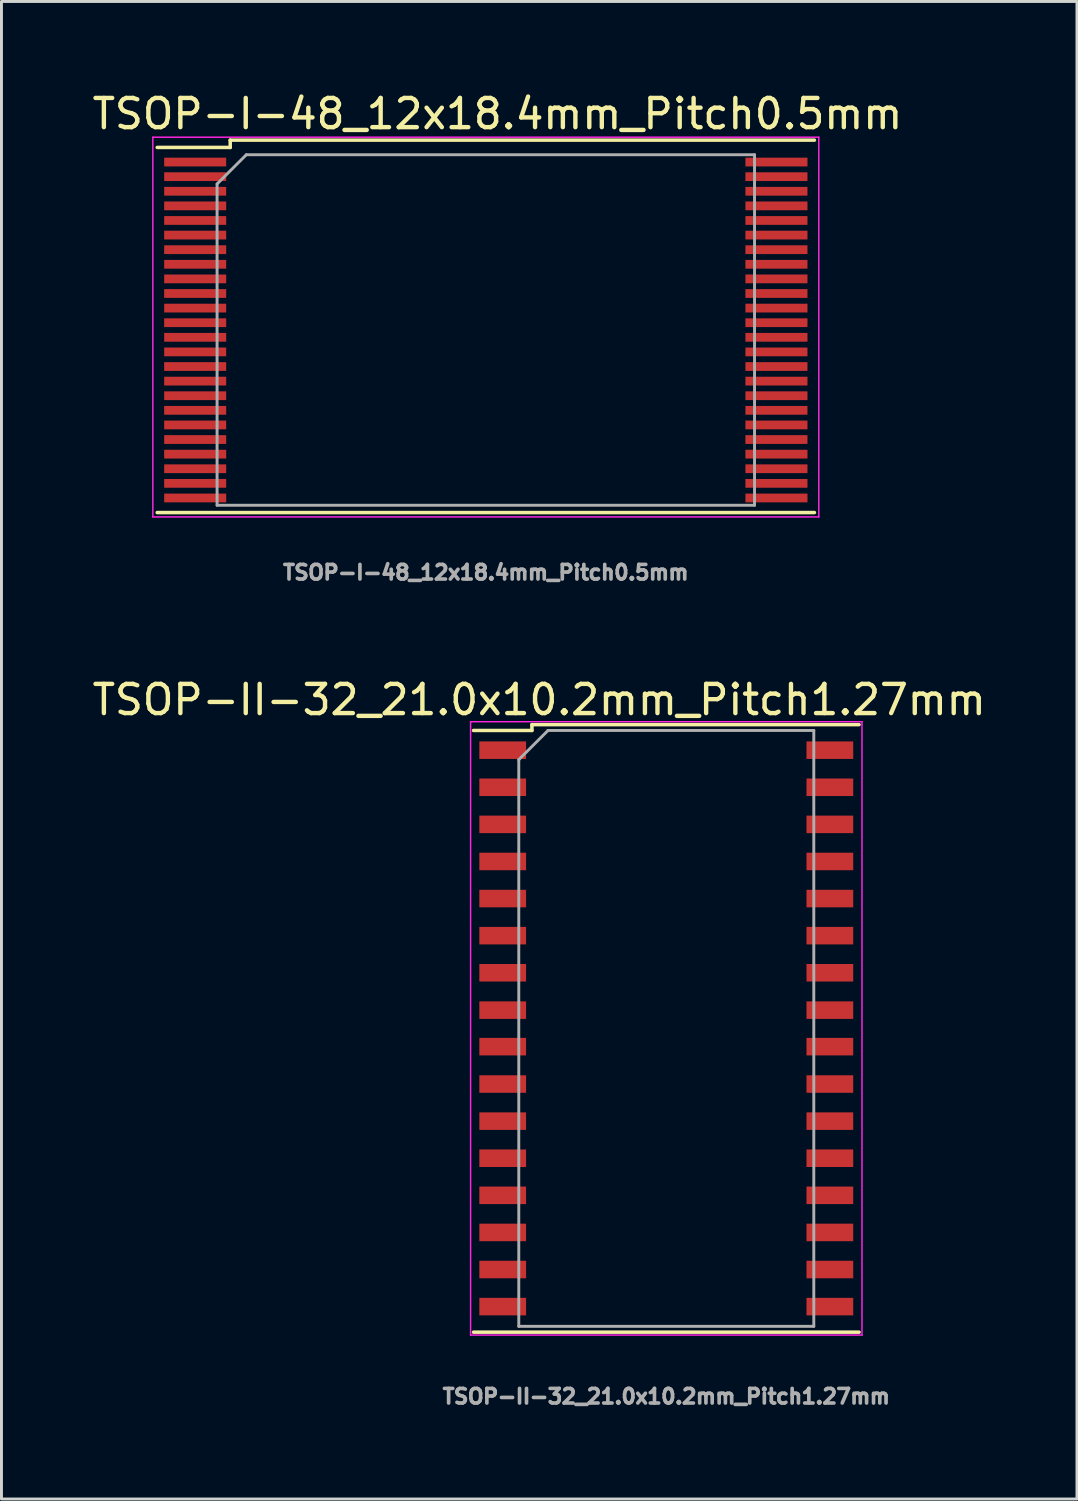
<source format=kicad_pcb>
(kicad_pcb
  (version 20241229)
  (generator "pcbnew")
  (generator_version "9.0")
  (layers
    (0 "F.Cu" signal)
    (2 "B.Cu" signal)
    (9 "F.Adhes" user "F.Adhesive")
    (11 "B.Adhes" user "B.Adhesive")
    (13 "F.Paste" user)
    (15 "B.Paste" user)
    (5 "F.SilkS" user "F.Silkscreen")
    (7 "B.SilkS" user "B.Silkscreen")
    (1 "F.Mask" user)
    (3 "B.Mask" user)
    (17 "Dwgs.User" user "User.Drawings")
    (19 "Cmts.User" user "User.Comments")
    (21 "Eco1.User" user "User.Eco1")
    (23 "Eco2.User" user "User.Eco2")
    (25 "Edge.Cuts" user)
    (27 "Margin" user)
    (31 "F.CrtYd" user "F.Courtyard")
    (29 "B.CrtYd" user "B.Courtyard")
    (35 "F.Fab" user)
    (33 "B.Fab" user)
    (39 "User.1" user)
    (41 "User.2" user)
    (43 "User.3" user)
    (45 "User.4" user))
  (footprint "TSOP-II-32_21.0x10.2mm_Pitch1.27mm"
    (layer "F.Cu")
    (at 19.761 32.158)
    (property "Reference" "TSOP-II-32_21.0x10.2mm_Pitch1.27mm" (at -4.35 -11.25 0) (layer "F.SilkS") (effects (font (size 1 1) (thickness 0.15))))
    (attr smd)
    (fp_line (start -6.6 10.4) (end 6.6 10.4) (stroke (width 0.12) (type solid)) (layer "F.SilkS"))
    (fp_line (start -4.6 -10.4) (end -4.6 -10.2) (stroke (width 0.12) (type solid)) (layer "F.SilkS"))
    (fp_line (start -4.6 -10.4) (end 6.6 -10.4) (stroke (width 0.12) (type solid)) (layer "F.SilkS"))
    (fp_line (start -4.6 -10.2) (end -6.6 -10.2) (stroke (width 0.12) (type solid)) (layer "F.SilkS"))
    (fp_line (start -6.7 -10.5) (end -6.7 10.5) (stroke (width 0.05) (type solid)) (layer "F.CrtYd"))
    (fp_line (start -6.7 -10.5) (end 6.7 -10.5) (stroke (width 0.05) (type solid)) (layer "F.CrtYd"))
    (fp_line (start -6.7 10.5) (end 6.7 10.5) (stroke (width 0.05) (type solid)) (layer "F.CrtYd"))
    (fp_line (start 6.7 -10.5) (end 6.7 10.5) (stroke (width 0.05) (type solid)) (layer "F.CrtYd"))
    (fp_line (start -5.05 -9.2) (end -4.05 -10.2) (stroke (width 0.1) (type solid)) (layer "F.Fab"))
    (fp_line (start -5.05 10.2) (end -5.05 -9.2) (stroke (width 0.1) (type solid)) (layer "F.Fab"))
    (fp_line (start -4.05 -10.2) (end 5.05 -10.2) (stroke (width 0.1) (type solid)) (layer "F.Fab"))
    (fp_line (start 5.05 -10.2) (end 5.05 10.2) (stroke (width 0.1) (type solid)) (layer "F.Fab"))
    (fp_line (start 5.05 10.2) (end -5.05 10.2) (stroke (width 0.1) (type solid)) (layer "F.Fab"))
    (fp_text user "${REFERENCE}" (at 0 12.6 0) (layer "F.Fab") (effects (font (size 0.5 0.5) (thickness 0.125))))
    (pad "1" smd rect (at -5.6 -9.525) (size 1.6 0.6) (layers "F.Cu" "F.Mask" "F.Paste"))
    (pad "2" smd rect (at -5.6 -8.255) (size 1.6 0.6) (layers "F.Cu" "F.Mask" "F.Paste"))
    (pad "3" smd rect (at -5.6 -6.985) (size 1.6 0.6) (layers "F.Cu" "F.Mask" "F.Paste"))
    (pad "4" smd rect (at -5.6 -5.715) (size 1.6 0.6) (layers "F.Cu" "F.Mask" "F.Paste"))
    (pad "5" smd rect (at -5.6 -4.445) (size 1.6 0.6) (layers "F.Cu" "F.Mask" "F.Paste"))
    (pad "6" smd rect (at -5.6 -3.175) (size 1.6 0.6) (layers "F.Cu" "F.Mask" "F.Paste"))
    (pad "7" smd rect (at -5.6 -1.905) (size 1.6 0.6) (layers "F.Cu" "F.Mask" "F.Paste"))
    (pad "8" smd rect (at -5.6 -0.625) (size 1.6 0.6) (layers "F.Cu" "F.Mask" "F.Paste"))
    (pad "9" smd rect (at -5.6 0.625) (size 1.6 0.6) (layers "F.Cu" "F.Mask" "F.Paste"))
    (pad "10" smd rect (at -5.6 1.905) (size 1.6 0.6) (layers "F.Cu" "F.Mask" "F.Paste"))
    (pad "11" smd rect (at -5.6 3.175) (size 1.6 0.6) (layers "F.Cu" "F.Mask" "F.Paste"))
    (pad "12" smd rect (at -5.6 4.445) (size 1.6 0.6) (layers "F.Cu" "F.Mask" "F.Paste"))
    (pad "13" smd rect (at -5.6 5.715) (size 1.6 0.6) (layers "F.Cu" "F.Mask" "F.Paste"))
    (pad "14" smd rect (at -5.6 6.985) (size 1.6 0.6) (layers "F.Cu" "F.Mask" "F.Paste"))
    (pad "15" smd rect (at -5.6 8.255) (size 1.6 0.6) (layers "F.Cu" "F.Mask" "F.Paste"))
    (pad "16" smd rect (at -5.6 9.525) (size 1.6 0.6) (layers "F.Cu" "F.Mask" "F.Paste"))
    (pad "17" smd rect (at 5.6 9.525) (size 1.6 0.6) (layers "F.Cu" "F.Mask" "F.Paste"))
    (pad "18" smd rect (at 5.6 8.255) (size 1.6 0.6) (layers "F.Cu" "F.Mask" "F.Paste"))
    (pad "19" smd rect (at 5.6 6.985) (size 1.6 0.6) (layers "F.Cu" "F.Mask" "F.Paste"))
    (pad "20" smd rect (at 5.6 5.715) (size 1.6 0.6) (layers "F.Cu" "F.Mask" "F.Paste"))
    (pad "21" smd rect (at 5.6 4.445) (size 1.6 0.6) (layers "F.Cu" "F.Mask" "F.Paste"))
    (pad "22" smd rect (at 5.6 3.175) (size 1.6 0.6) (layers "F.Cu" "F.Mask" "F.Paste"))
    (pad "23" smd rect (at 5.6 1.905) (size 1.6 0.6) (layers "F.Cu" "F.Mask" "F.Paste"))
    (pad "24" smd rect (at 5.6 0.625) (size 1.6 0.6) (layers "F.Cu" "F.Mask" "F.Paste"))
    (pad "25" smd rect (at 5.6 -0.625) (size 1.6 0.6) (layers "F.Cu" "F.Mask" "F.Paste"))
    (pad "26" smd rect (at 5.6 -1.905) (size 1.6 0.6) (layers "F.Cu" "F.Mask" "F.Paste"))
    (pad "27" smd rect (at 5.6 -3.175) (size 1.6 0.6) (layers "F.Cu" "F.Mask" "F.Paste"))
    (pad "28" smd rect (at 5.6 -4.445) (size 1.6 0.6) (layers "F.Cu" "F.Mask" "F.Paste"))
    (pad "29" smd rect (at 5.6 -5.715) (size 1.6 0.6) (layers "F.Cu" "F.Mask" "F.Paste"))
    (pad "30" smd rect (at 5.6 -6.985) (size 1.6 0.6) (layers "F.Cu" "F.Mask" "F.Paste"))
    (pad "31" smd rect (at 5.6 -8.255) (size 1.6 0.6) (layers "F.Cu" "F.Mask" "F.Paste"))
    (pad "32" smd rect (at 5.6 -9.525) (size 1.6 0.6) (layers "F.Cu" "F.Mask" "F.Paste")))
  (footprint "TSOP-I-48_12x18.4mm_Pitch0.5mm"
    (layer "F.Cu")
    (at 13.582 8.248)
    (property "Reference" "TSOP-I-48_12x18.4mm_Pitch0.5mm" (at 0.4 -7.4 0) (layer "F.SilkS") (effects (font (size 1 1) (thickness 0.15))))
    (attr smd)
    (fp_line (start -11.25 -6.25) (end -8.75 -6.25) (stroke (width 0.12) (type solid)) (layer "F.SilkS"))
    (fp_line (start -11.25 6.25) (end 11.25 6.25) (stroke (width 0.12) (type solid)) (layer "F.SilkS"))
    (fp_line (start -8.75 -6.5) (end 11.25 -6.5) (stroke (width 0.12) (type solid)) (layer "F.SilkS"))
    (fp_line (start -8.75 -6.25) (end -8.75 -6.5) (stroke (width 0.12) (type solid)) (layer "F.SilkS"))
    (fp_line (start -11.4 -6.6) (end -11.4 6.4) (stroke (width 0.05) (type solid)) (layer "F.CrtYd"))
    (fp_line (start -11.4 6.4) (end 11.4 6.4) (stroke (width 0.05) (type solid)) (layer "F.CrtYd"))
    (fp_line (start 11.4 -6.6) (end -11.4 -6.6) (stroke (width 0.05) (type solid)) (layer "F.CrtYd"))
    (fp_line (start 11.4 6.4) (end 11.4 -6.6) (stroke (width 0.05) (type solid)) (layer "F.CrtYd"))
    (fp_line (start -9.2 -5) (end -8.2 -6) (stroke (width 0.1) (type solid)) (layer "F.Fab"))
    (fp_line (start -9.2 6) (end -9.2 -5) (stroke (width 0.1) (type solid)) (layer "F.Fab"))
    (fp_line (start -8.2 -6) (end 9.2 -6) (stroke (width 0.1) (type solid)) (layer "F.Fab"))
    (fp_line (start 9.2 -6) (end 9.2 6) (stroke (width 0.1) (type solid)) (layer "F.Fab"))
    (fp_line (start 9.2 6) (end -9.2 6) (stroke (width 0.1) (type solid)) (layer "F.Fab"))
    (fp_text user "${REFERENCE}" (at 0 8.3 0) (layer "F.Fab") (effects (font (size 0.5 0.5) (thickness 0.125))))
    (pad "1" smd rect (at -9.95 -5.75) (size 2.124 0.3) (layers "F.Cu" "F.Mask" "F.Paste"))
    (pad "2" smd rect (at -9.95 -5.25) (size 2.124 0.3) (layers "F.Cu" "F.Mask" "F.Paste"))
    (pad "3" smd rect (at -9.95 -4.75) (size 2.124 0.3) (layers "F.Cu" "F.Mask" "F.Paste"))
    (pad "4" smd rect (at -9.95 -4.25) (size 2.124 0.3) (layers "F.Cu" "F.Mask" "F.Paste"))
    (pad "5" smd rect (at -9.95 -3.75) (size 2.124 0.3) (layers "F.Cu" "F.Mask" "F.Paste"))
    (pad "6" smd rect (at -9.95 -3.25) (size 2.124 0.3) (layers "F.Cu" "F.Mask" "F.Paste"))
    (pad "7" smd rect (at -9.95 -2.75) (size 2.124 0.3) (layers "F.Cu" "F.Mask" "F.Paste"))
    (pad "8" smd rect (at -9.95 -2.25) (size 2.124 0.3) (layers "F.Cu" "F.Mask" "F.Paste"))
    (pad "9" smd rect (at -9.95 -1.75) (size 2.124 0.3) (layers "F.Cu" "F.Mask" "F.Paste"))
    (pad "10" smd rect (at -9.95 -1.25) (size 2.124 0.3) (layers "F.Cu" "F.Mask" "F.Paste"))
    (pad "11" smd rect (at -9.95 -0.75) (size 2.124 0.3) (layers "F.Cu" "F.Mask" "F.Paste"))
    (pad "12" smd rect (at -9.95 -0.25) (size 2.124 0.3) (layers "F.Cu" "F.Mask" "F.Paste"))
    (pad "13" smd rect (at -9.95 0.25) (size 2.124 0.3) (layers "F.Cu" "F.Mask" "F.Paste"))
    (pad "14" smd rect (at -9.95 0.75) (size 2.124 0.3) (layers "F.Cu" "F.Mask" "F.Paste"))
    (pad "15" smd rect (at -9.95 1.25) (size 2.124 0.3) (layers "F.Cu" "F.Mask" "F.Paste"))
    (pad "16" smd rect (at -9.95 1.75) (size 2.124 0.3) (layers "F.Cu" "F.Mask" "F.Paste"))
    (pad "17" smd rect (at -9.95 2.25) (size 2.124 0.3) (layers "F.Cu" "F.Mask" "F.Paste"))
    (pad "18" smd rect (at -9.95 2.75) (size 2.124 0.3) (layers "F.Cu" "F.Mask" "F.Paste"))
    (pad "19" smd rect (at -9.95 3.25) (size 2.124 0.3) (layers "F.Cu" "F.Mask" "F.Paste"))
    (pad "20" smd rect (at -9.95 3.75) (size 2.124 0.3) (layers "F.Cu" "F.Mask" "F.Paste"))
    (pad "21" smd rect (at -9.95 4.25) (size 2.124 0.3) (layers "F.Cu" "F.Mask" "F.Paste"))
    (pad "22" smd rect (at -9.95 4.75) (size 2.124 0.3) (layers "F.Cu" "F.Mask" "F.Paste"))
    (pad "23" smd rect (at -9.95 5.25) (size 2.124 0.3) (layers "F.Cu" "F.Mask" "F.Paste"))
    (pad "24" smd rect (at -9.95 5.75) (size 2.124 0.3) (layers "F.Cu" "F.Mask" "F.Paste"))
    (pad "25" smd rect (at 9.95 5.75) (size 2.124 0.3) (layers "F.Cu" "F.Mask" "F.Paste"))
    (pad "26" smd rect (at 9.95 5.25) (size 2.124 0.3) (layers "F.Cu" "F.Mask" "F.Paste"))
    (pad "27" smd rect (at 9.95 4.75) (size 2.124 0.3) (layers "F.Cu" "F.Mask" "F.Paste"))
    (pad "28" smd rect (at 9.95 4.25) (size 2.124 0.3) (layers "F.Cu" "F.Mask" "F.Paste"))
    (pad "29" smd rect (at 9.95 3.75) (size 2.124 0.3) (layers "F.Cu" "F.Mask" "F.Paste"))
    (pad "30" smd rect (at 9.95 3.25) (size 2.124 0.3) (layers "F.Cu" "F.Mask" "F.Paste"))
    (pad "31" smd rect (at 9.95 2.75) (size 2.124 0.3) (layers "F.Cu" "F.Mask" "F.Paste"))
    (pad "32" smd rect (at 9.95 2.25) (size 2.124 0.3) (layers "F.Cu" "F.Mask" "F.Paste"))
    (pad "33" smd rect (at 9.95 1.75) (size 2.124 0.3) (layers "F.Cu" "F.Mask" "F.Paste"))
    (pad "34" smd rect (at 9.95 1.25) (size 2.124 0.3) (layers "F.Cu" "F.Mask" "F.Paste"))
    (pad "35" smd rect (at 9.95 0.75) (size 2.124 0.3) (layers "F.Cu" "F.Mask" "F.Paste"))
    (pad "36" smd rect (at 9.95 0.25) (size 2.124 0.3) (layers "F.Cu" "F.Mask" "F.Paste"))
    (pad "37" smd rect (at 9.95 -0.25) (size 2.124 0.3) (layers "F.Cu" "F.Mask" "F.Paste"))
    (pad "38" smd rect (at 9.95 -0.75) (size 2.124 0.3) (layers "F.Cu" "F.Mask" "F.Paste"))
    (pad "39" smd rect (at 9.95 -1.25) (size 2.124 0.3) (layers "F.Cu" "F.Mask" "F.Paste"))
    (pad "40" smd rect (at 9.95 -1.75) (size 2.124 0.3) (layers "F.Cu" "F.Mask" "F.Paste"))
    (pad "41" smd rect (at 9.95 -2.25) (size 2.124 0.3) (layers "F.Cu" "F.Mask" "F.Paste"))
    (pad "42" smd rect (at 9.95 -2.75) (size 2.124 0.3) (layers "F.Cu" "F.Mask" "F.Paste"))
    (pad "43" smd rect (at 9.95 -3.25) (size 2.124 0.3) (layers "F.Cu" "F.Mask" "F.Paste"))
    (pad "44" smd rect (at 9.95 -3.75) (size 2.124 0.3) (layers "F.Cu" "F.Mask" "F.Paste"))
    (pad "45" smd rect (at 9.95 -4.25) (size 2.124 0.3) (layers "F.Cu" "F.Mask" "F.Paste"))
    (pad "46" smd rect (at 9.95 -4.75) (size 2.124 0.3) (layers "F.Cu" "F.Mask" "F.Paste"))
    (pad "47" smd rect (at 9.95 -5.25) (size 2.124 0.3) (layers "F.Cu" "F.Mask" "F.Paste"))
    (pad "48" smd rect (at 9.95 -5.75) (size 2.124 0.3) (layers "F.Cu" "F.Mask" "F.Paste")))
  (gr_rect
    (start -3 -3)
    (end 33.821 48.27)
    (stroke (width 0.1) (type default))
    (fill no)
    (layer "Edge.Cuts")))
</source>
